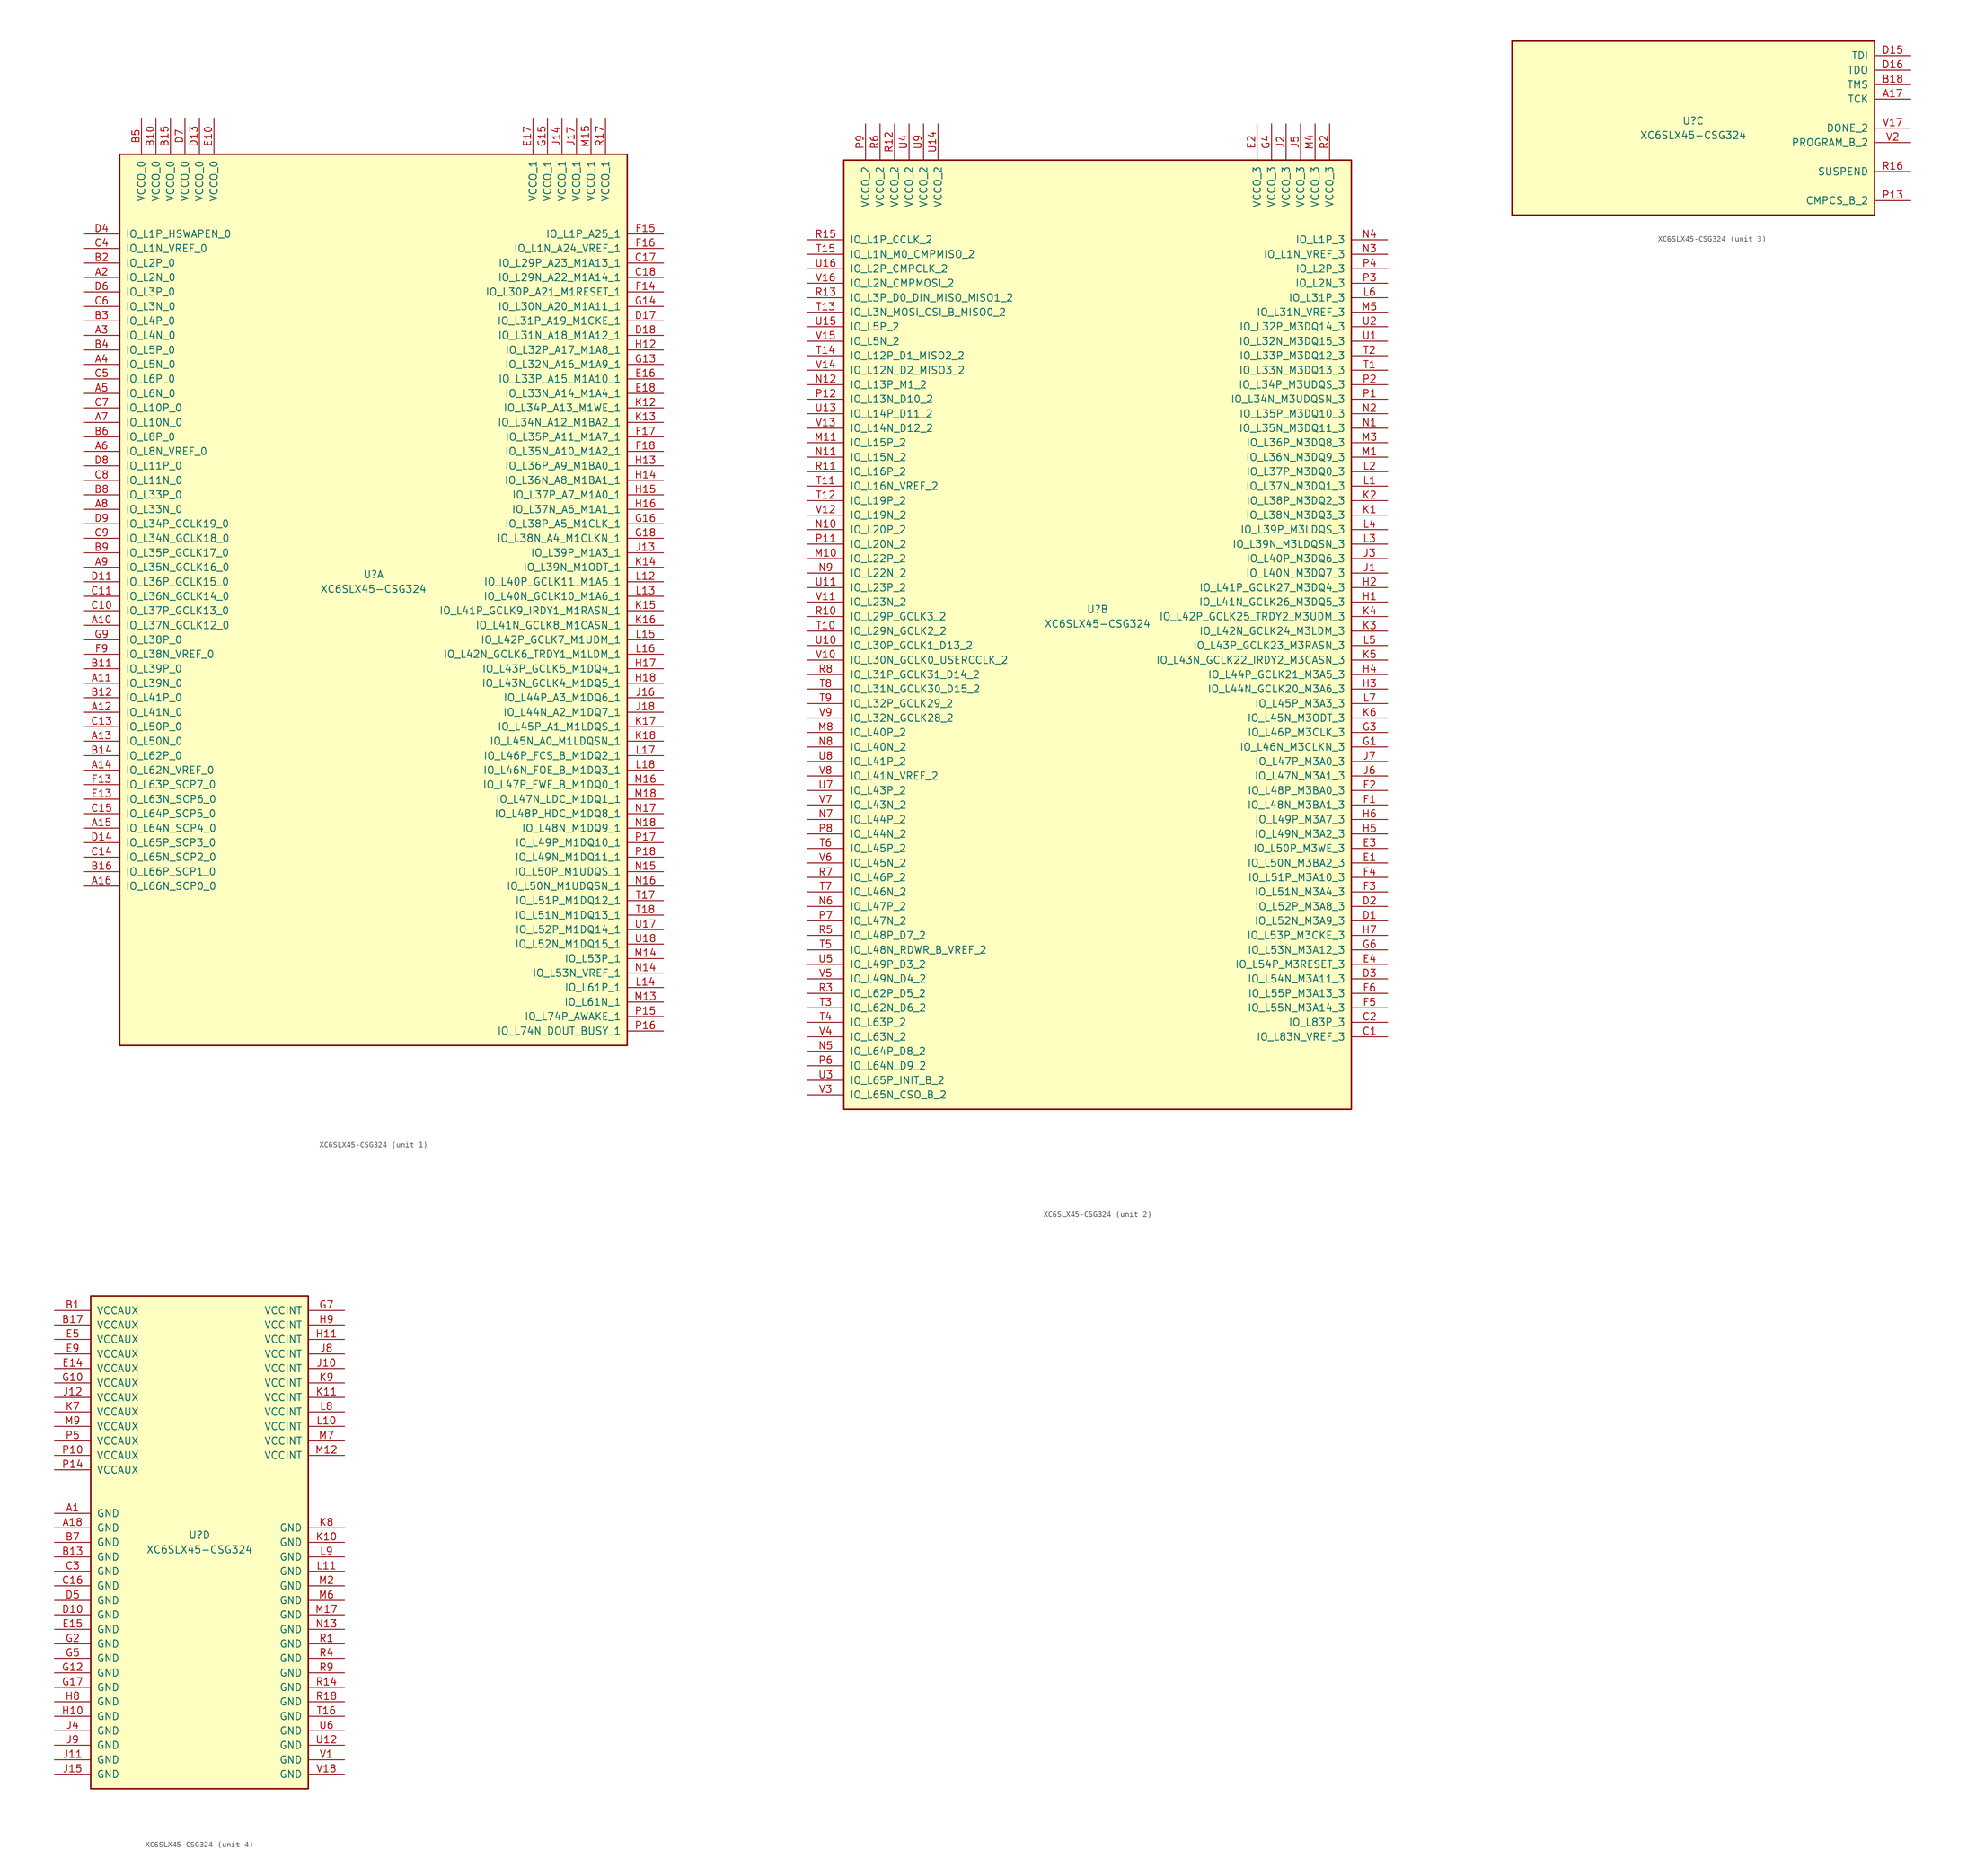
<source format=kicad_sym>
(kicad_symbol_lib
  (version 20201005)
  (generator kicad_symbol_editor)
  (symbol "XC6SLX45-CSG324"
    (pin_names
      (offset 1.016))
    (property "Reference" "U"
      (at 0 1.27 0)
      (effects (font (size 1.27 1.27))))
    (property "Value" "XC6SLX45-CSG324"
      (at 0 -1.27 0)
      (effects (font (size 1.27 1.27))))
    (property "Datasheet" ""
      (at 0 0 0)
      (effects (font (size 1.27 1.27))))
    (property "ki_locked" ""
      (at 0 0 0)
      (effects (font (size 1.27 1.27))))
    (symbol "XC6SLX45-CSG324_1_1"
      (rectangle (start -44.45 74.93) (end 44.45 -81.28) (stroke (width 0.254)) (fill (type background)))
      (pin bidirectional line (at -50.8 -7.62 0) (length 6.35) (name "IO_L37N_GCLK12_0" (effects (font (size 1.27 1.27)))) (number "A10" (effects (font (size 1.27 1.27)))))
      (pin bidirectional line (at -50.8 -17.78 0) (length 6.35) (name "IO_L39N_0" (effects (font (size 1.27 1.27)))) (number "A11" (effects (font (size 1.27 1.27)))))
      (pin bidirectional line (at -50.8 -22.86 0) (length 6.35) (name "IO_L41N_0" (effects (font (size 1.27 1.27)))) (number "A12" (effects (font (size 1.27 1.27)))))
      (pin bidirectional line (at -50.8 -27.94 0) (length 6.35) (name "IO_L50N_0" (effects (font (size 1.27 1.27)))) (number "A13" (effects (font (size 1.27 1.27)))))
      (pin bidirectional line (at -50.8 -33.02 0) (length 6.35) (name "IO_L62N_VREF_0" (effects (font (size 1.27 1.27)))) (number "A14" (effects (font (size 1.27 1.27)))))
      (pin bidirectional line (at -50.8 -43.18 0) (length 6.35) (name "IO_L64N_SCP4_0" (effects (font (size 1.27 1.27)))) (number "A15" (effects (font (size 1.27 1.27)))))
      (pin bidirectional line (at -50.8 -53.34 0) (length 6.35) (name "IO_L66N_SCP0_0" (effects (font (size 1.27 1.27)))) (number "A16" (effects (font (size 1.27 1.27)))))
      (pin bidirectional line (at -50.8 53.34 0) (length 6.35) (name "IO_L2N_0" (effects (font (size 1.27 1.27)))) (number "A2" (effects (font (size 1.27 1.27)))))
      (pin bidirectional line (at -50.8 43.18 0) (length 6.35) (name "IO_L4N_0" (effects (font (size 1.27 1.27)))) (number "A3" (effects (font (size 1.27 1.27)))))
      (pin bidirectional line (at -50.8 38.1 0) (length 6.35) (name "IO_L5N_0" (effects (font (size 1.27 1.27)))) (number "A4" (effects (font (size 1.27 1.27)))))
      (pin bidirectional line (at -50.8 33.02 0) (length 6.35) (name "IO_L6N_0" (effects (font (size 1.27 1.27)))) (number "A5" (effects (font (size 1.27 1.27)))))
      (pin bidirectional line (at -50.8 22.86 0) (length 6.35) (name "IO_L8N_VREF_0" (effects (font (size 1.27 1.27)))) (number "A6" (effects (font (size 1.27 1.27)))))
      (pin bidirectional line (at -50.8 27.94 0) (length 6.35) (name "IO_L10N_0" (effects (font (size 1.27 1.27)))) (number "A7" (effects (font (size 1.27 1.27)))))
      (pin bidirectional line (at -50.8 12.7 0) (length 6.35) (name "IO_L33N_0" (effects (font (size 1.27 1.27)))) (number "A8" (effects (font (size 1.27 1.27)))))
      (pin bidirectional line (at -50.8 2.54 0) (length 6.35) (name "IO_L35N_GCLK16_0" (effects (font (size 1.27 1.27)))) (number "A9" (effects (font (size 1.27 1.27)))))
      (pin power_in line (at -38.1 81.28 270) (length 6.35) (name "VCCO_0" (effects (font (size 1.27 1.27)))) (number "B10" (effects (font (size 1.27 1.27)))))
      (pin bidirectional line (at -50.8 -15.24 0) (length 6.35) (name "IO_L39P_0" (effects (font (size 1.27 1.27)))) (number "B11" (effects (font (size 1.27 1.27)))))
      (pin bidirectional line (at -50.8 -20.32 0) (length 6.35) (name "IO_L41P_0" (effects (font (size 1.27 1.27)))) (number "B12" (effects (font (size 1.27 1.27)))))
      (pin bidirectional line (at -50.8 -30.48 0) (length 6.35) (name "IO_L62P_0" (effects (font (size 1.27 1.27)))) (number "B14" (effects (font (size 1.27 1.27)))))
      (pin power_in line (at -35.56 81.28 270) (length 6.35) (name "VCCO_0" (effects (font (size 1.27 1.27)))) (number "B15" (effects (font (size 1.27 1.27)))))
      (pin bidirectional line (at -50.8 -50.8 0) (length 6.35) (name "IO_L66P_SCP1_0" (effects (font (size 1.27 1.27)))) (number "B16" (effects (font (size 1.27 1.27)))))
      (pin bidirectional line (at -50.8 55.88 0) (length 6.35) (name "IO_L2P_0" (effects (font (size 1.27 1.27)))) (number "B2" (effects (font (size 1.27 1.27)))))
      (pin bidirectional line (at -50.8 45.72 0) (length 6.35) (name "IO_L4P_0" (effects (font (size 1.27 1.27)))) (number "B3" (effects (font (size 1.27 1.27)))))
      (pin bidirectional line (at -50.8 40.64 0) (length 6.35) (name "IO_L5P_0" (effects (font (size 1.27 1.27)))) (number "B4" (effects (font (size 1.27 1.27)))))
      (pin power_in line (at -40.64 81.28 270) (length 6.35) (name "VCCO_0" (effects (font (size 1.27 1.27)))) (number "B5" (effects (font (size 1.27 1.27)))))
      (pin bidirectional line (at -50.8 25.4 0) (length 6.35) (name "IO_L8P_0" (effects (font (size 1.27 1.27)))) (number "B6" (effects (font (size 1.27 1.27)))))
      (pin bidirectional line (at -50.8 15.24 0) (length 6.35) (name "IO_L33P_0" (effects (font (size 1.27 1.27)))) (number "B8" (effects (font (size 1.27 1.27)))))
      (pin bidirectional line (at -50.8 5.08 0) (length 6.35) (name "IO_L35P_GCLK17_0" (effects (font (size 1.27 1.27)))) (number "B9" (effects (font (size 1.27 1.27)))))
      (pin bidirectional line (at -50.8 -5.08 0) (length 6.35) (name "IO_L37P_GCLK13_0" (effects (font (size 1.27 1.27)))) (number "C10" (effects (font (size 1.27 1.27)))))
      (pin bidirectional line (at -50.8 -2.54 0) (length 6.35) (name "IO_L36N_GCLK14_0" (effects (font (size 1.27 1.27)))) (number "C11" (effects (font (size 1.27 1.27)))))
      (pin bidirectional line (at -50.8 -25.4 0) (length 6.35) (name "IO_L50P_0" (effects (font (size 1.27 1.27)))) (number "C13" (effects (font (size 1.27 1.27)))))
      (pin bidirectional line (at -50.8 -48.26 0) (length 6.35) (name "IO_L65N_SCP2_0" (effects (font (size 1.27 1.27)))) (number "C14" (effects (font (size 1.27 1.27)))))
      (pin bidirectional line (at -50.8 -40.64 0) (length 6.35) (name "IO_L64P_SCP5_0" (effects (font (size 1.27 1.27)))) (number "C15" (effects (font (size 1.27 1.27)))))
      (pin bidirectional line (at 50.8 55.88 180) (length 6.35) (name "IO_L29P_A23_M1A13_1" (effects (font (size 1.27 1.27)))) (number "C17" (effects (font (size 1.27 1.27)))))
      (pin bidirectional line (at 50.8 53.34 180) (length 6.35) (name "IO_L29N_A22_M1A14_1" (effects (font (size 1.27 1.27)))) (number "C18" (effects (font (size 1.27 1.27)))))
      (pin bidirectional line (at -50.8 58.42 0) (length 6.35) (name "IO_L1N_VREF_0" (effects (font (size 1.27 1.27)))) (number "C4" (effects (font (size 1.27 1.27)))))
      (pin bidirectional line (at -50.8 35.56 0) (length 6.35) (name "IO_L6P_0" (effects (font (size 1.27 1.27)))) (number "C5" (effects (font (size 1.27 1.27)))))
      (pin bidirectional line (at -50.8 48.26 0) (length 6.35) (name "IO_L3N_0" (effects (font (size 1.27 1.27)))) (number "C6" (effects (font (size 1.27 1.27)))))
      (pin bidirectional line (at -50.8 30.48 0) (length 6.35) (name "IO_L10P_0" (effects (font (size 1.27 1.27)))) (number "C7" (effects (font (size 1.27 1.27)))))
      (pin bidirectional line (at -50.8 17.78 0) (length 6.35) (name "IO_L11N_0" (effects (font (size 1.27 1.27)))) (number "C8" (effects (font (size 1.27 1.27)))))
      (pin bidirectional line (at -50.8 7.62 0) (length 6.35) (name "IO_L34N_GCLK18_0" (effects (font (size 1.27 1.27)))) (number "C9" (effects (font (size 1.27 1.27)))))
      (pin bidirectional line (at -50.8 0 0) (length 6.35) (name "IO_L36P_GCLK15_0" (effects (font (size 1.27 1.27)))) (number "D11" (effects (font (size 1.27 1.27)))))
      (pin power_in line (at -30.48 81.28 270) (length 6.35) (name "VCCO_0" (effects (font (size 1.27 1.27)))) (number "D13" (effects (font (size 1.27 1.27)))))
      (pin bidirectional line (at -50.8 -45.72 0) (length 6.35) (name "IO_L65P_SCP3_0" (effects (font (size 1.27 1.27)))) (number "D14" (effects (font (size 1.27 1.27)))))
      (pin bidirectional line (at 50.8 45.72 180) (length 6.35) (name "IO_L31P_A19_M1CKE_1" (effects (font (size 1.27 1.27)))) (number "D17" (effects (font (size 1.27 1.27)))))
      (pin bidirectional line (at 50.8 43.18 180) (length 6.35) (name "IO_L31N_A18_M1A12_1" (effects (font (size 1.27 1.27)))) (number "D18" (effects (font (size 1.27 1.27)))))
      (pin bidirectional line (at -50.8 60.96 0) (length 6.35) (name "IO_L1P_HSWAPEN_0" (effects (font (size 1.27 1.27)))) (number "D4" (effects (font (size 1.27 1.27)))))
      (pin bidirectional line (at -50.8 50.8 0) (length 6.35) (name "IO_L3P_0" (effects (font (size 1.27 1.27)))) (number "D6" (effects (font (size 1.27 1.27)))))
      (pin power_in line (at -33.02 81.28 270) (length 6.35) (name "VCCO_0" (effects (font (size 1.27 1.27)))) (number "D7" (effects (font (size 1.27 1.27)))))
      (pin bidirectional line (at -50.8 20.32 0) (length 6.35) (name "IO_L11P_0" (effects (font (size 1.27 1.27)))) (number "D8" (effects (font (size 1.27 1.27)))))
      (pin bidirectional line (at -50.8 10.16 0) (length 6.35) (name "IO_L34P_GCLK19_0" (effects (font (size 1.27 1.27)))) (number "D9" (effects (font (size 1.27 1.27)))))
      (pin power_in line (at -27.94 81.28 270) (length 6.35) (name "VCCO_0" (effects (font (size 1.27 1.27)))) (number "E10" (effects (font (size 1.27 1.27)))))
      (pin bidirectional line (at -50.8 -38.1 0) (length 6.35) (name "IO_L63N_SCP6_0" (effects (font (size 1.27 1.27)))) (number "E13" (effects (font (size 1.27 1.27)))))
      (pin bidirectional line (at 50.8 35.56 180) (length 6.35) (name "IO_L33P_A15_M1A10_1" (effects (font (size 1.27 1.27)))) (number "E16" (effects (font (size 1.27 1.27)))))
      (pin power_in line (at 27.94 81.28 270) (length 6.35) (name "VCCO_1" (effects (font (size 1.27 1.27)))) (number "E17" (effects (font (size 1.27 1.27)))))
      (pin bidirectional line (at 50.8 33.02 180) (length 6.35) (name "IO_L33N_A14_M1A4_1" (effects (font (size 1.27 1.27)))) (number "E18" (effects (font (size 1.27 1.27)))))
      (pin bidirectional line (at -50.8 -35.56 0) (length 6.35) (name "IO_L63P_SCP7_0" (effects (font (size 1.27 1.27)))) (number "F13" (effects (font (size 1.27 1.27)))))
      (pin bidirectional line (at 50.8 50.8 180) (length 6.35) (name "IO_L30P_A21_M1RESET_1" (effects (font (size 1.27 1.27)))) (number "F14" (effects (font (size 1.27 1.27)))))
      (pin bidirectional line (at 50.8 60.96 180) (length 6.35) (name "IO_L1P_A25_1" (effects (font (size 1.27 1.27)))) (number "F15" (effects (font (size 1.27 1.27)))))
      (pin bidirectional line (at 50.8 58.42 180) (length 6.35) (name "IO_L1N_A24_VREF_1" (effects (font (size 1.27 1.27)))) (number "F16" (effects (font (size 1.27 1.27)))))
      (pin bidirectional line (at 50.8 25.4 180) (length 6.35) (name "IO_L35P_A11_M1A7_1" (effects (font (size 1.27 1.27)))) (number "F17" (effects (font (size 1.27 1.27)))))
      (pin bidirectional line (at 50.8 22.86 180) (length 6.35) (name "IO_L35N_A10_M1A2_1" (effects (font (size 1.27 1.27)))) (number "F18" (effects (font (size 1.27 1.27)))))
      (pin bidirectional line (at -50.8 -12.7 0) (length 6.35) (name "IO_L38N_VREF_0" (effects (font (size 1.27 1.27)))) (number "F9" (effects (font (size 1.27 1.27)))))
      (pin bidirectional line (at 50.8 38.1 180) (length 6.35) (name "IO_L32N_A16_M1A9_1" (effects (font (size 1.27 1.27)))) (number "G13" (effects (font (size 1.27 1.27)))))
      (pin bidirectional line (at 50.8 48.26 180) (length 6.35) (name "IO_L30N_A20_M1A11_1" (effects (font (size 1.27 1.27)))) (number "G14" (effects (font (size 1.27 1.27)))))
      (pin power_in line (at 30.48 81.28 270) (length 6.35) (name "VCCO_1" (effects (font (size 1.27 1.27)))) (number "G15" (effects (font (size 1.27 1.27)))))
      (pin bidirectional line (at 50.8 10.16 180) (length 6.35) (name "IO_L38P_A5_M1CLK_1" (effects (font (size 1.27 1.27)))) (number "G16" (effects (font (size 1.27 1.27)))))
      (pin bidirectional line (at 50.8 7.62 180) (length 6.35) (name "IO_L38N_A4_M1CLKN_1" (effects (font (size 1.27 1.27)))) (number "G18" (effects (font (size 1.27 1.27)))))
      (pin bidirectional line (at -50.8 -10.16 0) (length 6.35) (name "IO_L38P_0" (effects (font (size 1.27 1.27)))) (number "G9" (effects (font (size 1.27 1.27)))))
      (pin bidirectional line (at 50.8 40.64 180) (length 6.35) (name "IO_L32P_A17_M1A8_1" (effects (font (size 1.27 1.27)))) (number "H12" (effects (font (size 1.27 1.27)))))
      (pin bidirectional line (at 50.8 20.32 180) (length 6.35) (name "IO_L36P_A9_M1BA0_1" (effects (font (size 1.27 1.27)))) (number "H13" (effects (font (size 1.27 1.27)))))
      (pin bidirectional line (at 50.8 17.78 180) (length 6.35) (name "IO_L36N_A8_M1BA1_1" (effects (font (size 1.27 1.27)))) (number "H14" (effects (font (size 1.27 1.27)))))
      (pin bidirectional line (at 50.8 15.24 180) (length 6.35) (name "IO_L37P_A7_M1A0_1" (effects (font (size 1.27 1.27)))) (number "H15" (effects (font (size 1.27 1.27)))))
      (pin bidirectional line (at 50.8 12.7 180) (length 6.35) (name "IO_L37N_A6_M1A1_1" (effects (font (size 1.27 1.27)))) (number "H16" (effects (font (size 1.27 1.27)))))
      (pin bidirectional line (at 50.8 -15.24 180) (length 6.35) (name "IO_L43P_GCLK5_M1DQ4_1" (effects (font (size 1.27 1.27)))) (number "H17" (effects (font (size 1.27 1.27)))))
      (pin bidirectional line (at 50.8 -17.78 180) (length 6.35) (name "IO_L43N_GCLK4_M1DQ5_1" (effects (font (size 1.27 1.27)))) (number "H18" (effects (font (size 1.27 1.27)))))
      (pin bidirectional line (at 50.8 5.08 180) (length 6.35) (name "IO_L39P_M1A3_1" (effects (font (size 1.27 1.27)))) (number "J13" (effects (font (size 1.27 1.27)))))
      (pin power_in line (at 33.02 81.28 270) (length 6.35) (name "VCCO_1" (effects (font (size 1.27 1.27)))) (number "J14" (effects (font (size 1.27 1.27)))))
      (pin bidirectional line (at 50.8 -20.32 180) (length 6.35) (name "IO_L44P_A3_M1DQ6_1" (effects (font (size 1.27 1.27)))) (number "J16" (effects (font (size 1.27 1.27)))))
      (pin power_in line (at 35.56 81.28 270) (length 6.35) (name "VCCO_1" (effects (font (size 1.27 1.27)))) (number "J17" (effects (font (size 1.27 1.27)))))
      (pin bidirectional line (at 50.8 -22.86 180) (length 6.35) (name "IO_L44N_A2_M1DQ7_1" (effects (font (size 1.27 1.27)))) (number "J18" (effects (font (size 1.27 1.27)))))
      (pin bidirectional line (at 50.8 30.48 180) (length 6.35) (name "IO_L34P_A13_M1WE_1" (effects (font (size 1.27 1.27)))) (number "K12" (effects (font (size 1.27 1.27)))))
      (pin bidirectional line (at 50.8 27.94 180) (length 6.35) (name "IO_L34N_A12_M1BA2_1" (effects (font (size 1.27 1.27)))) (number "K13" (effects (font (size 1.27 1.27)))))
      (pin bidirectional line (at 50.8 2.54 180) (length 6.35) (name "IO_L39N_M1ODT_1" (effects (font (size 1.27 1.27)))) (number "K14" (effects (font (size 1.27 1.27)))))
      (pin bidirectional line (at 50.8 -5.08 180) (length 6.35) (name "IO_L41P_GCLK9_IRDY1_M1RASN_1" (effects (font (size 1.27 1.27)))) (number "K15" (effects (font (size 1.27 1.27)))))
      (pin bidirectional line (at 50.8 -7.62 180) (length 6.35) (name "IO_L41N_GCLK8_M1CASN_1" (effects (font (size 1.27 1.27)))) (number "K16" (effects (font (size 1.27 1.27)))))
      (pin bidirectional line (at 50.8 -25.4 180) (length 6.35) (name "IO_L45P_A1_M1LDQS_1" (effects (font (size 1.27 1.27)))) (number "K17" (effects (font (size 1.27 1.27)))))
      (pin bidirectional line (at 50.8 -27.94 180) (length 6.35) (name "IO_L45N_A0_M1LDQSN_1" (effects (font (size 1.27 1.27)))) (number "K18" (effects (font (size 1.27 1.27)))))
      (pin bidirectional line (at 50.8 0 180) (length 6.35) (name "IO_L40P_GCLK11_M1A5_1" (effects (font (size 1.27 1.27)))) (number "L12" (effects (font (size 1.27 1.27)))))
      (pin bidirectional line (at 50.8 -2.54 180) (length 6.35) (name "IO_L40N_GCLK10_M1A6_1" (effects (font (size 1.27 1.27)))) (number "L13" (effects (font (size 1.27 1.27)))))
      (pin bidirectional line (at 50.8 -71.12 180) (length 6.35) (name "IO_L61P_1" (effects (font (size 1.27 1.27)))) (number "L14" (effects (font (size 1.27 1.27)))))
      (pin bidirectional line (at 50.8 -10.16 180) (length 6.35) (name "IO_L42P_GCLK7_M1UDM_1" (effects (font (size 1.27 1.27)))) (number "L15" (effects (font (size 1.27 1.27)))))
      (pin bidirectional line (at 50.8 -12.7 180) (length 6.35) (name "IO_L42N_GCLK6_TRDY1_M1LDM_1" (effects (font (size 1.27 1.27)))) (number "L16" (effects (font (size 1.27 1.27)))))
      (pin bidirectional line (at 50.8 -30.48 180) (length 6.35) (name "IO_L46P_FCS_B_M1DQ2_1" (effects (font (size 1.27 1.27)))) (number "L17" (effects (font (size 1.27 1.27)))))
      (pin bidirectional line (at 50.8 -33.02 180) (length 6.35) (name "IO_L46N_FOE_B_M1DQ3_1" (effects (font (size 1.27 1.27)))) (number "L18" (effects (font (size 1.27 1.27)))))
      (pin bidirectional line (at 50.8 -73.66 180) (length 6.35) (name "IO_L61N_1" (effects (font (size 1.27 1.27)))) (number "M13" (effects (font (size 1.27 1.27)))))
      (pin bidirectional line (at 50.8 -66.04 180) (length 6.35) (name "IO_L53P_1" (effects (font (size 1.27 1.27)))) (number "M14" (effects (font (size 1.27 1.27)))))
      (pin power_in line (at 38.1 81.28 270) (length 6.35) (name "VCCO_1" (effects (font (size 1.27 1.27)))) (number "M15" (effects (font (size 1.27 1.27)))))
      (pin bidirectional line (at 50.8 -35.56 180) (length 6.35) (name "IO_L47P_FWE_B_M1DQ0_1" (effects (font (size 1.27 1.27)))) (number "M16" (effects (font (size 1.27 1.27)))))
      (pin bidirectional line (at 50.8 -38.1 180) (length 6.35) (name "IO_L47N_LDC_M1DQ1_1" (effects (font (size 1.27 1.27)))) (number "M18" (effects (font (size 1.27 1.27)))))
      (pin bidirectional line (at 50.8 -68.58 180) (length 6.35) (name "IO_L53N_VREF_1" (effects (font (size 1.27 1.27)))) (number "N14" (effects (font (size 1.27 1.27)))))
      (pin bidirectional line (at 50.8 -50.8 180) (length 6.35) (name "IO_L50P_M1UDQS_1" (effects (font (size 1.27 1.27)))) (number "N15" (effects (font (size 1.27 1.27)))))
      (pin bidirectional line (at 50.8 -53.34 180) (length 6.35) (name "IO_L50N_M1UDQSN_1" (effects (font (size 1.27 1.27)))) (number "N16" (effects (font (size 1.27 1.27)))))
      (pin bidirectional line (at 50.8 -40.64 180) (length 6.35) (name "IO_L48P_HDC_M1DQ8_1" (effects (font (size 1.27 1.27)))) (number "N17" (effects (font (size 1.27 1.27)))))
      (pin bidirectional line (at 50.8 -43.18 180) (length 6.35) (name "IO_L48N_M1DQ9_1" (effects (font (size 1.27 1.27)))) (number "N18" (effects (font (size 1.27 1.27)))))
      (pin bidirectional line (at 50.8 -76.2 180) (length 6.35) (name "IO_L74P_AWAKE_1" (effects (font (size 1.27 1.27)))) (number "P15" (effects (font (size 1.27 1.27)))))
      (pin bidirectional line (at 50.8 -78.74 180) (length 6.35) (name "IO_L74N_DOUT_BUSY_1" (effects (font (size 1.27 1.27)))) (number "P16" (effects (font (size 1.27 1.27)))))
      (pin bidirectional line (at 50.8 -45.72 180) (length 6.35) (name "IO_L49P_M1DQ10_1" (effects (font (size 1.27 1.27)))) (number "P17" (effects (font (size 1.27 1.27)))))
      (pin bidirectional line (at 50.8 -48.26 180) (length 6.35) (name "IO_L49N_M1DQ11_1" (effects (font (size 1.27 1.27)))) (number "P18" (effects (font (size 1.27 1.27)))))
      (pin power_in line (at 40.64 81.28 270) (length 6.35) (name "VCCO_1" (effects (font (size 1.27 1.27)))) (number "R17" (effects (font (size 1.27 1.27)))))
      (pin bidirectional line (at 50.8 -55.88 180) (length 6.35) (name "IO_L51P_M1DQ12_1" (effects (font (size 1.27 1.27)))) (number "T17" (effects (font (size 1.27 1.27)))))
      (pin bidirectional line (at 50.8 -58.42 180) (length 6.35) (name "IO_L51N_M1DQ13_1" (effects (font (size 1.27 1.27)))) (number "T18" (effects (font (size 1.27 1.27)))))
      (pin bidirectional line (at 50.8 -60.96 180) (length 6.35) (name "IO_L52P_M1DQ14_1" (effects (font (size 1.27 1.27)))) (number "U17" (effects (font (size 1.27 1.27)))))
      (pin bidirectional line (at 50.8 -63.5 180) (length 6.35) (name "IO_L52N_M1DQ15_1" (effects (font (size 1.27 1.27)))) (number "U18" (effects (font (size 1.27 1.27))))))
    (symbol "XC6SLX45-CSG324_2_1"
      (rectangle (start -44.45 80.01) (end 44.45 -86.36) (stroke (width 0.254)) (fill (type background)))
      (pin bidirectional line (at 50.8 -73.66 180) (length 6.35) (name "IO_L83N_VREF_3" (effects (font (size 1.27 1.27)))) (number "C1" (effects (font (size 1.27 1.27)))))
      (pin bidirectional line (at 50.8 -71.12 180) (length 6.35) (name "IO_L83P_3" (effects (font (size 1.27 1.27)))) (number "C2" (effects (font (size 1.27 1.27)))))
      (pin bidirectional line (at 50.8 -53.34 180) (length 6.35) (name "IO_L52N_M3A9_3" (effects (font (size 1.27 1.27)))) (number "D1" (effects (font (size 1.27 1.27)))))
      (pin bidirectional line (at 50.8 -50.8 180) (length 6.35) (name "IO_L52P_M3A8_3" (effects (font (size 1.27 1.27)))) (number "D2" (effects (font (size 1.27 1.27)))))
      (pin bidirectional line (at 50.8 -63.5 180) (length 6.35) (name "IO_L54N_M3A11_3" (effects (font (size 1.27 1.27)))) (number "D3" (effects (font (size 1.27 1.27)))))
      (pin bidirectional line (at 50.8 -43.18 180) (length 6.35) (name "IO_L50N_M3BA2_3" (effects (font (size 1.27 1.27)))) (number "E1" (effects (font (size 1.27 1.27)))))
      (pin power_in line (at 27.94 86.36 270) (length 6.35) (name "VCCO_3" (effects (font (size 1.27 1.27)))) (number "E2" (effects (font (size 1.27 1.27)))))
      (pin bidirectional line (at 50.8 -40.64 180) (length 6.35) (name "IO_L50P_M3WE_3" (effects (font (size 1.27 1.27)))) (number "E3" (effects (font (size 1.27 1.27)))))
      (pin bidirectional line (at 50.8 -60.96 180) (length 6.35) (name "IO_L54P_M3RESET_3" (effects (font (size 1.27 1.27)))) (number "E4" (effects (font (size 1.27 1.27)))))
      (pin bidirectional line (at 50.8 -33.02 180) (length 6.35) (name "IO_L48N_M3BA1_3" (effects (font (size 1.27 1.27)))) (number "F1" (effects (font (size 1.27 1.27)))))
      (pin bidirectional line (at 50.8 -30.48 180) (length 6.35) (name "IO_L48P_M3BA0_3" (effects (font (size 1.27 1.27)))) (number "F2" (effects (font (size 1.27 1.27)))))
      (pin bidirectional line (at 50.8 -48.26 180) (length 6.35) (name "IO_L51N_M3A4_3" (effects (font (size 1.27 1.27)))) (number "F3" (effects (font (size 1.27 1.27)))))
      (pin bidirectional line (at 50.8 -45.72 180) (length 6.35) (name "IO_L51P_M3A10_3" (effects (font (size 1.27 1.27)))) (number "F4" (effects (font (size 1.27 1.27)))))
      (pin bidirectional line (at 50.8 -68.58 180) (length 6.35) (name "IO_L55N_M3A14_3" (effects (font (size 1.27 1.27)))) (number "F5" (effects (font (size 1.27 1.27)))))
      (pin bidirectional line (at 50.8 -66.04 180) (length 6.35) (name "IO_L55P_M3A13_3" (effects (font (size 1.27 1.27)))) (number "F6" (effects (font (size 1.27 1.27)))))
      (pin bidirectional line (at 50.8 -22.86 180) (length 6.35) (name "IO_L46N_M3CLKN_3" (effects (font (size 1.27 1.27)))) (number "G1" (effects (font (size 1.27 1.27)))))
      (pin bidirectional line (at 50.8 -20.32 180) (length 6.35) (name "IO_L46P_M3CLK_3" (effects (font (size 1.27 1.27)))) (number "G3" (effects (font (size 1.27 1.27)))))
      (pin power_in line (at 30.48 86.36 270) (length 6.35) (name "VCCO_3" (effects (font (size 1.27 1.27)))) (number "G4" (effects (font (size 1.27 1.27)))))
      (pin bidirectional line (at 50.8 -58.42 180) (length 6.35) (name "IO_L53N_M3A12_3" (effects (font (size 1.27 1.27)))) (number "G6" (effects (font (size 1.27 1.27)))))
      (pin bidirectional line (at 50.8 2.54 180) (length 6.35) (name "IO_L41N_GCLK26_M3DQ5_3" (effects (font (size 1.27 1.27)))) (number "H1" (effects (font (size 1.27 1.27)))))
      (pin bidirectional line (at 50.8 5.08 180) (length 6.35) (name "IO_L41P_GCLK27_M3DQ4_3" (effects (font (size 1.27 1.27)))) (number "H2" (effects (font (size 1.27 1.27)))))
      (pin bidirectional line (at 50.8 -12.7 180) (length 6.35) (name "IO_L44N_GCLK20_M3A6_3" (effects (font (size 1.27 1.27)))) (number "H3" (effects (font (size 1.27 1.27)))))
      (pin bidirectional line (at 50.8 -10.16 180) (length 6.35) (name "IO_L44P_GCLK21_M3A5_3" (effects (font (size 1.27 1.27)))) (number "H4" (effects (font (size 1.27 1.27)))))
      (pin bidirectional line (at 50.8 -38.1 180) (length 6.35) (name "IO_L49N_M3A2_3" (effects (font (size 1.27 1.27)))) (number "H5" (effects (font (size 1.27 1.27)))))
      (pin bidirectional line (at 50.8 -35.56 180) (length 6.35) (name "IO_L49P_M3A7_3" (effects (font (size 1.27 1.27)))) (number "H6" (effects (font (size 1.27 1.27)))))
      (pin bidirectional line (at 50.8 -55.88 180) (length 6.35) (name "IO_L53P_M3CKE_3" (effects (font (size 1.27 1.27)))) (number "H7" (effects (font (size 1.27 1.27)))))
      (pin bidirectional line (at 50.8 7.62 180) (length 6.35) (name "IO_L40N_M3DQ7_3" (effects (font (size 1.27 1.27)))) (number "J1" (effects (font (size 1.27 1.27)))))
      (pin power_in line (at 33.02 86.36 270) (length 6.35) (name "VCCO_3" (effects (font (size 1.27 1.27)))) (number "J2" (effects (font (size 1.27 1.27)))))
      (pin bidirectional line (at 50.8 10.16 180) (length 6.35) (name "IO_L40P_M3DQ6_3" (effects (font (size 1.27 1.27)))) (number "J3" (effects (font (size 1.27 1.27)))))
      (pin power_in line (at 35.56 86.36 270) (length 6.35) (name "VCCO_3" (effects (font (size 1.27 1.27)))) (number "J5" (effects (font (size 1.27 1.27)))))
      (pin bidirectional line (at 50.8 -27.94 180) (length 6.35) (name "IO_L47N_M3A1_3" (effects (font (size 1.27 1.27)))) (number "J6" (effects (font (size 1.27 1.27)))))
      (pin bidirectional line (at 50.8 -25.4 180) (length 6.35) (name "IO_L47P_M3A0_3" (effects (font (size 1.27 1.27)))) (number "J7" (effects (font (size 1.27 1.27)))))
      (pin bidirectional line (at 50.8 17.78 180) (length 6.35) (name "IO_L38N_M3DQ3_3" (effects (font (size 1.27 1.27)))) (number "K1" (effects (font (size 1.27 1.27)))))
      (pin bidirectional line (at 50.8 20.32 180) (length 6.35) (name "IO_L38P_M3DQ2_3" (effects (font (size 1.27 1.27)))) (number "K2" (effects (font (size 1.27 1.27)))))
      (pin bidirectional line (at 50.8 -2.54 180) (length 6.35) (name "IO_L42N_GCLK24_M3LDM_3" (effects (font (size 1.27 1.27)))) (number "K3" (effects (font (size 1.27 1.27)))))
      (pin bidirectional line (at 50.8 0 180) (length 6.35) (name "IO_L42P_GCLK25_TRDY2_M3UDM_3" (effects (font (size 1.27 1.27)))) (number "K4" (effects (font (size 1.27 1.27)))))
      (pin bidirectional line (at 50.8 -7.62 180) (length 6.35) (name "IO_L43N_GCLK22_IRDY2_M3CASN_3" (effects (font (size 1.27 1.27)))) (number "K5" (effects (font (size 1.27 1.27)))))
      (pin bidirectional line (at 50.8 -17.78 180) (length 6.35) (name "IO_L45N_M3ODT_3" (effects (font (size 1.27 1.27)))) (number "K6" (effects (font (size 1.27 1.27)))))
      (pin bidirectional line (at 50.8 22.86 180) (length 6.35) (name "IO_L37N_M3DQ1_3" (effects (font (size 1.27 1.27)))) (number "L1" (effects (font (size 1.27 1.27)))))
      (pin bidirectional line (at 50.8 25.4 180) (length 6.35) (name "IO_L37P_M3DQ0_3" (effects (font (size 1.27 1.27)))) (number "L2" (effects (font (size 1.27 1.27)))))
      (pin bidirectional line (at 50.8 12.7 180) (length 6.35) (name "IO_L39N_M3LDQSN_3" (effects (font (size 1.27 1.27)))) (number "L3" (effects (font (size 1.27 1.27)))))
      (pin bidirectional line (at 50.8 15.24 180) (length 6.35) (name "IO_L39P_M3LDQS_3" (effects (font (size 1.27 1.27)))) (number "L4" (effects (font (size 1.27 1.27)))))
      (pin bidirectional line (at 50.8 -5.08 180) (length 6.35) (name "IO_L43P_GCLK23_M3RASN_3" (effects (font (size 1.27 1.27)))) (number "L5" (effects (font (size 1.27 1.27)))))
      (pin bidirectional line (at 50.8 55.88 180) (length 6.35) (name "IO_L31P_3" (effects (font (size 1.27 1.27)))) (number "L6" (effects (font (size 1.27 1.27)))))
      (pin bidirectional line (at 50.8 -15.24 180) (length 6.35) (name "IO_L45P_M3A3_3" (effects (font (size 1.27 1.27)))) (number "L7" (effects (font (size 1.27 1.27)))))
      (pin bidirectional line (at 50.8 27.94 180) (length 6.35) (name "IO_L36N_M3DQ9_3" (effects (font (size 1.27 1.27)))) (number "M1" (effects (font (size 1.27 1.27)))))
      (pin bidirectional line (at -50.8 10.16 0) (length 6.35) (name "IO_L22P_2" (effects (font (size 1.27 1.27)))) (number "M10" (effects (font (size 1.27 1.27)))))
      (pin bidirectional line (at -50.8 30.48 0) (length 6.35) (name "IO_L15P_2" (effects (font (size 1.27 1.27)))) (number "M11" (effects (font (size 1.27 1.27)))))
      (pin bidirectional line (at 50.8 30.48 180) (length 6.35) (name "IO_L36P_M3DQ8_3" (effects (font (size 1.27 1.27)))) (number "M3" (effects (font (size 1.27 1.27)))))
      (pin power_in line (at 38.1 86.36 270) (length 6.35) (name "VCCO_3" (effects (font (size 1.27 1.27)))) (number "M4" (effects (font (size 1.27 1.27)))))
      (pin bidirectional line (at 50.8 53.34 180) (length 6.35) (name "IO_L31N_VREF_3" (effects (font (size 1.27 1.27)))) (number "M5" (effects (font (size 1.27 1.27)))))
      (pin bidirectional line (at -50.8 -20.32 0) (length 6.35) (name "IO_L40P_2" (effects (font (size 1.27 1.27)))) (number "M8" (effects (font (size 1.27 1.27)))))
      (pin bidirectional line (at 50.8 33.02 180) (length 6.35) (name "IO_L35N_M3DQ11_3" (effects (font (size 1.27 1.27)))) (number "N1" (effects (font (size 1.27 1.27)))))
      (pin bidirectional line (at -50.8 15.24 0) (length 6.35) (name "IO_L20P_2" (effects (font (size 1.27 1.27)))) (number "N10" (effects (font (size 1.27 1.27)))))
      (pin bidirectional line (at -50.8 27.94 0) (length 6.35) (name "IO_L15N_2" (effects (font (size 1.27 1.27)))) (number "N11" (effects (font (size 1.27 1.27)))))
      (pin bidirectional line (at -50.8 40.64 0) (length 6.35) (name "IO_L13P_M1_2" (effects (font (size 1.27 1.27)))) (number "N12" (effects (font (size 1.27 1.27)))))
      (pin bidirectional line (at 50.8 35.56 180) (length 6.35) (name "IO_L35P_M3DQ10_3" (effects (font (size 1.27 1.27)))) (number "N2" (effects (font (size 1.27 1.27)))))
      (pin bidirectional line (at 50.8 63.5 180) (length 6.35) (name "IO_L1N_VREF_3" (effects (font (size 1.27 1.27)))) (number "N3" (effects (font (size 1.27 1.27)))))
      (pin bidirectional line (at 50.8 66.04 180) (length 6.35) (name "IO_L1P_3" (effects (font (size 1.27 1.27)))) (number "N4" (effects (font (size 1.27 1.27)))))
      (pin bidirectional line (at -50.8 -76.2 0) (length 6.35) (name "IO_L64P_D8_2" (effects (font (size 1.27 1.27)))) (number "N5" (effects (font (size 1.27 1.27)))))
      (pin bidirectional line (at -50.8 -50.8 0) (length 6.35) (name "IO_L47P_2" (effects (font (size 1.27 1.27)))) (number "N6" (effects (font (size 1.27 1.27)))))
      (pin bidirectional line (at -50.8 -35.56 0) (length 6.35) (name "IO_L44P_2" (effects (font (size 1.27 1.27)))) (number "N7" (effects (font (size 1.27 1.27)))))
      (pin bidirectional line (at -50.8 -22.86 0) (length 6.35) (name "IO_L40N_2" (effects (font (size 1.27 1.27)))) (number "N8" (effects (font (size 1.27 1.27)))))
      (pin bidirectional line (at -50.8 7.62 0) (length 6.35) (name "IO_L22N_2" (effects (font (size 1.27 1.27)))) (number "N9" (effects (font (size 1.27 1.27)))))
      (pin bidirectional line (at 50.8 38.1 180) (length 6.35) (name "IO_L34N_M3UDQSN_3" (effects (font (size 1.27 1.27)))) (number "P1" (effects (font (size 1.27 1.27)))))
      (pin bidirectional line (at -50.8 12.7 0) (length 6.35) (name "IO_L20N_2" (effects (font (size 1.27 1.27)))) (number "P11" (effects (font (size 1.27 1.27)))))
      (pin bidirectional line (at -50.8 38.1 0) (length 6.35) (name "IO_L13N_D10_2" (effects (font (size 1.27 1.27)))) (number "P12" (effects (font (size 1.27 1.27)))))
      (pin bidirectional line (at 50.8 40.64 180) (length 6.35) (name "IO_L34P_M3UDQS_3" (effects (font (size 1.27 1.27)))) (number "P2" (effects (font (size 1.27 1.27)))))
      (pin bidirectional line (at 50.8 58.42 180) (length 6.35) (name "IO_L2N_3" (effects (font (size 1.27 1.27)))) (number "P3" (effects (font (size 1.27 1.27)))))
      (pin bidirectional line (at 50.8 60.96 180) (length 6.35) (name "IO_L2P_3" (effects (font (size 1.27 1.27)))) (number "P4" (effects (font (size 1.27 1.27)))))
      (pin bidirectional line (at -50.8 -78.74 0) (length 6.35) (name "IO_L64N_D9_2" (effects (font (size 1.27 1.27)))) (number "P6" (effects (font (size 1.27 1.27)))))
      (pin bidirectional line (at -50.8 -53.34 0) (length 6.35) (name "IO_L47N_2" (effects (font (size 1.27 1.27)))) (number "P7" (effects (font (size 1.27 1.27)))))
      (pin bidirectional line (at -50.8 -38.1 0) (length 6.35) (name "IO_L44N_2" (effects (font (size 1.27 1.27)))) (number "P8" (effects (font (size 1.27 1.27)))))
      (pin power_in line (at -40.64 86.36 270) (length 6.35) (name "VCCO_2" (effects (font (size 1.27 1.27)))) (number "P9" (effects (font (size 1.27 1.27)))))
      (pin bidirectional line (at -50.8 0 0) (length 6.35) (name "IO_L29P_GCLK3_2" (effects (font (size 1.27 1.27)))) (number "R10" (effects (font (size 1.27 1.27)))))
      (pin bidirectional line (at -50.8 25.4 0) (length 6.35) (name "IO_L16P_2" (effects (font (size 1.27 1.27)))) (number "R11" (effects (font (size 1.27 1.27)))))
      (pin power_in line (at -35.56 86.36 270) (length 6.35) (name "VCCO_2" (effects (font (size 1.27 1.27)))) (number "R12" (effects (font (size 1.27 1.27)))))
      (pin bidirectional line (at -50.8 55.88 0) (length 6.35) (name "IO_L3P_D0_DIN_MISO_MISO1_2" (effects (font (size 1.27 1.27)))) (number "R13" (effects (font (size 1.27 1.27)))))
      (pin bidirectional line (at -50.8 66.04 0) (length 6.35) (name "IO_L1P_CCLK_2" (effects (font (size 1.27 1.27)))) (number "R15" (effects (font (size 1.27 1.27)))))
      (pin power_in line (at 40.64 86.36 270) (length 6.35) (name "VCCO_3" (effects (font (size 1.27 1.27)))) (number "R2" (effects (font (size 1.27 1.27)))))
      (pin bidirectional line (at -50.8 -66.04 0) (length 6.35) (name "IO_L62P_D5_2" (effects (font (size 1.27 1.27)))) (number "R3" (effects (font (size 1.27 1.27)))))
      (pin bidirectional line (at -50.8 -55.88 0) (length 6.35) (name "IO_L48P_D7_2" (effects (font (size 1.27 1.27)))) (number "R5" (effects (font (size 1.27 1.27)))))
      (pin power_in line (at -38.1 86.36 270) (length 6.35) (name "VCCO_2" (effects (font (size 1.27 1.27)))) (number "R6" (effects (font (size 1.27 1.27)))))
      (pin bidirectional line (at -50.8 -45.72 0) (length 6.35) (name "IO_L46P_2" (effects (font (size 1.27 1.27)))) (number "R7" (effects (font (size 1.27 1.27)))))
      (pin bidirectional line (at -50.8 -10.16 0) (length 6.35) (name "IO_L31P_GCLK31_D14_2" (effects (font (size 1.27 1.27)))) (number "R8" (effects (font (size 1.27 1.27)))))
      (pin bidirectional line (at 50.8 43.18 180) (length 6.35) (name "IO_L33N_M3DQ13_3" (effects (font (size 1.27 1.27)))) (number "T1" (effects (font (size 1.27 1.27)))))
      (pin bidirectional line (at -50.8 -2.54 0) (length 6.35) (name "IO_L29N_GCLK2_2" (effects (font (size 1.27 1.27)))) (number "T10" (effects (font (size 1.27 1.27)))))
      (pin bidirectional line (at -50.8 22.86 0) (length 6.35) (name "IO_L16N_VREF_2" (effects (font (size 1.27 1.27)))) (number "T11" (effects (font (size 1.27 1.27)))))
      (pin bidirectional line (at -50.8 20.32 0) (length 6.35) (name "IO_L19P_2" (effects (font (size 1.27 1.27)))) (number "T12" (effects (font (size 1.27 1.27)))))
      (pin bidirectional line (at -50.8 53.34 0) (length 6.35) (name "IO_L3N_MOSI_CSI_B_MISO0_2" (effects (font (size 1.27 1.27)))) (number "T13" (effects (font (size 1.27 1.27)))))
      (pin bidirectional line (at -50.8 45.72 0) (length 6.35) (name "IO_L12P_D1_MISO2_2" (effects (font (size 1.27 1.27)))) (number "T14" (effects (font (size 1.27 1.27)))))
      (pin bidirectional line (at -50.8 63.5 0) (length 6.35) (name "IO_L1N_M0_CMPMISO_2" (effects (font (size 1.27 1.27)))) (number "T15" (effects (font (size 1.27 1.27)))))
      (pin bidirectional line (at 50.8 45.72 180) (length 6.35) (name "IO_L33P_M3DQ12_3" (effects (font (size 1.27 1.27)))) (number "T2" (effects (font (size 1.27 1.27)))))
      (pin bidirectional line (at -50.8 -68.58 0) (length 6.35) (name "IO_L62N_D6_2" (effects (font (size 1.27 1.27)))) (number "T3" (effects (font (size 1.27 1.27)))))
      (pin bidirectional line (at -50.8 -71.12 0) (length 6.35) (name "IO_L63P_2" (effects (font (size 1.27 1.27)))) (number "T4" (effects (font (size 1.27 1.27)))))
      (pin bidirectional line (at -50.8 -58.42 0) (length 6.35) (name "IO_L48N_RDWR_B_VREF_2" (effects (font (size 1.27 1.27)))) (number "T5" (effects (font (size 1.27 1.27)))))
      (pin bidirectional line (at -50.8 -40.64 0) (length 6.35) (name "IO_L45P_2" (effects (font (size 1.27 1.27)))) (number "T6" (effects (font (size 1.27 1.27)))))
      (pin bidirectional line (at -50.8 -48.26 0) (length 6.35) (name "IO_L46N_2" (effects (font (size 1.27 1.27)))) (number "T7" (effects (font (size 1.27 1.27)))))
      (pin bidirectional line (at -50.8 -12.7 0) (length 6.35) (name "IO_L31N_GCLK30_D15_2" (effects (font (size 1.27 1.27)))) (number "T8" (effects (font (size 1.27 1.27)))))
      (pin bidirectional line (at -50.8 -15.24 0) (length 6.35) (name "IO_L32P_GCLK29_2" (effects (font (size 1.27 1.27)))) (number "T9" (effects (font (size 1.27 1.27)))))
      (pin bidirectional line (at 50.8 48.26 180) (length 6.35) (name "IO_L32N_M3DQ15_3" (effects (font (size 1.27 1.27)))) (number "U1" (effects (font (size 1.27 1.27)))))
      (pin bidirectional line (at -50.8 -5.08 0) (length 6.35) (name "IO_L30P_GCLK1_D13_2" (effects (font (size 1.27 1.27)))) (number "U10" (effects (font (size 1.27 1.27)))))
      (pin bidirectional line (at -50.8 5.08 0) (length 6.35) (name "IO_L23P_2" (effects (font (size 1.27 1.27)))) (number "U11" (effects (font (size 1.27 1.27)))))
      (pin bidirectional line (at -50.8 35.56 0) (length 6.35) (name "IO_L14P_D11_2" (effects (font (size 1.27 1.27)))) (number "U13" (effects (font (size 1.27 1.27)))))
      (pin power_in line (at -27.94 86.36 270) (length 6.35) (name "VCCO_2" (effects (font (size 1.27 1.27)))) (number "U14" (effects (font (size 1.27 1.27)))))
      (pin bidirectional line (at -50.8 50.8 0) (length 6.35) (name "IO_L5P_2" (effects (font (size 1.27 1.27)))) (number "U15" (effects (font (size 1.27 1.27)))))
      (pin bidirectional line (at -50.8 60.96 0) (length 6.35) (name "IO_L2P_CMPCLK_2" (effects (font (size 1.27 1.27)))) (number "U16" (effects (font (size 1.27 1.27)))))
      (pin bidirectional line (at 50.8 50.8 180) (length 6.35) (name "IO_L32P_M3DQ14_3" (effects (font (size 1.27 1.27)))) (number "U2" (effects (font (size 1.27 1.27)))))
      (pin bidirectional line (at -50.8 -81.28 0) (length 6.35) (name "IO_L65P_INIT_B_2" (effects (font (size 1.27 1.27)))) (number "U3" (effects (font (size 1.27 1.27)))))
      (pin power_in line (at -33.02 86.36 270) (length 6.35) (name "VCCO_2" (effects (font (size 1.27 1.27)))) (number "U4" (effects (font (size 1.27 1.27)))))
      (pin bidirectional line (at -50.8 -60.96 0) (length 6.35) (name "IO_L49P_D3_2" (effects (font (size 1.27 1.27)))) (number "U5" (effects (font (size 1.27 1.27)))))
      (pin bidirectional line (at -50.8 -30.48 0) (length 6.35) (name "IO_L43P_2" (effects (font (size 1.27 1.27)))) (number "U7" (effects (font (size 1.27 1.27)))))
      (pin bidirectional line (at -50.8 -25.4 0) (length 6.35) (name "IO_L41P_2" (effects (font (size 1.27 1.27)))) (number "U8" (effects (font (size 1.27 1.27)))))
      (pin power_in line (at -30.48 86.36 270) (length 6.35) (name "VCCO_2" (effects (font (size 1.27 1.27)))) (number "U9" (effects (font (size 1.27 1.27)))))
      (pin bidirectional line (at -50.8 -7.62 0) (length 6.35) (name "IO_L30N_GCLK0_USERCCLK_2" (effects (font (size 1.27 1.27)))) (number "V10" (effects (font (size 1.27 1.27)))))
      (pin bidirectional line (at -50.8 2.54 0) (length 6.35) (name "IO_L23N_2" (effects (font (size 1.27 1.27)))) (number "V11" (effects (font (size 1.27 1.27)))))
      (pin bidirectional line (at -50.8 17.78 0) (length 6.35) (name "IO_L19N_2" (effects (font (size 1.27 1.27)))) (number "V12" (effects (font (size 1.27 1.27)))))
      (pin bidirectional line (at -50.8 33.02 0) (length 6.35) (name "IO_L14N_D12_2" (effects (font (size 1.27 1.27)))) (number "V13" (effects (font (size 1.27 1.27)))))
      (pin bidirectional line (at -50.8 43.18 0) (length 6.35) (name "IO_L12N_D2_MISO3_2" (effects (font (size 1.27 1.27)))) (number "V14" (effects (font (size 1.27 1.27)))))
      (pin bidirectional line (at -50.8 48.26 0) (length 6.35) (name "IO_L5N_2" (effects (font (size 1.27 1.27)))) (number "V15" (effects (font (size 1.27 1.27)))))
      (pin bidirectional line (at -50.8 58.42 0) (length 6.35) (name "IO_L2N_CMPMOSI_2" (effects (font (size 1.27 1.27)))) (number "V16" (effects (font (size 1.27 1.27)))))
      (pin bidirectional line (at -50.8 -83.82 0) (length 6.35) (name "IO_L65N_CSO_B_2" (effects (font (size 1.27 1.27)))) (number "V3" (effects (font (size 1.27 1.27)))))
      (pin bidirectional line (at -50.8 -73.66 0) (length 6.35) (name "IO_L63N_2" (effects (font (size 1.27 1.27)))) (number "V4" (effects (font (size 1.27 1.27)))))
      (pin bidirectional line (at -50.8 -63.5 0) (length 6.35) (name "IO_L49N_D4_2" (effects (font (size 1.27 1.27)))) (number "V5" (effects (font (size 1.27 1.27)))))
      (pin bidirectional line (at -50.8 -43.18 0) (length 6.35) (name "IO_L45N_2" (effects (font (size 1.27 1.27)))) (number "V6" (effects (font (size 1.27 1.27)))))
      (pin bidirectional line (at -50.8 -33.02 0) (length 6.35) (name "IO_L43N_2" (effects (font (size 1.27 1.27)))) (number "V7" (effects (font (size 1.27 1.27)))))
      (pin bidirectional line (at -50.8 -27.94 0) (length 6.35) (name "IO_L41N_VREF_2" (effects (font (size 1.27 1.27)))) (number "V8" (effects (font (size 1.27 1.27)))))
      (pin bidirectional line (at -50.8 -17.78 0) (length 6.35) (name "IO_L32N_GCLK28_2" (effects (font (size 1.27 1.27)))) (number "V9" (effects (font (size 1.27 1.27))))))
    (symbol "XC6SLX45-CSG324_3_1"
      (rectangle (start -31.75 15.24) (end 31.75 -15.24) (stroke (width 0.254)) (fill (type background)))
      (pin bidirectional line (at 38.1 5.08 180) (length 6.35) (name "TCK" (effects (font (size 1.27 1.27)))) (number "A17" (effects (font (size 1.27 1.27)))))
      (pin bidirectional line (at 38.1 7.62 180) (length 6.35) (name "TMS" (effects (font (size 1.27 1.27)))) (number "B18" (effects (font (size 1.27 1.27)))))
      (pin bidirectional line (at 38.1 12.7 180) (length 6.35) (name "TDI" (effects (font (size 1.27 1.27)))) (number "D15" (effects (font (size 1.27 1.27)))))
      (pin bidirectional line (at 38.1 10.16 180) (length 6.35) (name "TDO" (effects (font (size 1.27 1.27)))) (number "D16" (effects (font (size 1.27 1.27)))))
      (pin bidirectional line (at 38.1 -12.7 180) (length 6.35) (name "CMPCS_B_2" (effects (font (size 1.27 1.27)))) (number "P13" (effects (font (size 1.27 1.27)))))
      (pin bidirectional line (at 38.1 -7.62 180) (length 6.35) (name "SUSPEND" (effects (font (size 1.27 1.27)))) (number "R16" (effects (font (size 1.27 1.27)))))
      (pin bidirectional line (at 38.1 0 180) (length 6.35) (name "DONE_2" (effects (font (size 1.27 1.27)))) (number "V17" (effects (font (size 1.27 1.27)))))
      (pin bidirectional line (at 38.1 -2.54 180) (length 6.35) (name "PROGRAM_B_2" (effects (font (size 1.27 1.27)))) (number "V2" (effects (font (size 1.27 1.27))))))
    (symbol "XC6SLX45-CSG324_4_1"
      (rectangle (start -19.05 43.18) (end 19.05 -43.18) (stroke (width 0.254)) (fill (type background)))
      (pin power_in line (at -25.4 5.08 0) (length 6.35) (name "GND" (effects (font (size 1.27 1.27)))) (number "A1" (effects (font (size 1.27 1.27)))))
      (pin power_in line (at -25.4 2.54 0) (length 6.35) (name "GND" (effects (font (size 1.27 1.27)))) (number "A18" (effects (font (size 1.27 1.27)))))
      (pin power_in line (at -25.4 40.64 0) (length 6.35) (name "VCCAUX" (effects (font (size 1.27 1.27)))) (number "B1" (effects (font (size 1.27 1.27)))))
      (pin power_in line (at -25.4 -2.54 0) (length 6.35) (name "GND" (effects (font (size 1.27 1.27)))) (number "B13" (effects (font (size 1.27 1.27)))))
      (pin power_in line (at -25.4 38.1 0) (length 6.35) (name "VCCAUX" (effects (font (size 1.27 1.27)))) (number "B17" (effects (font (size 1.27 1.27)))))
      (pin power_in line (at -25.4 0 0) (length 6.35) (name "GND" (effects (font (size 1.27 1.27)))) (number "B7" (effects (font (size 1.27 1.27)))))
      (pin power_in line (at -25.4 -7.62 0) (length 6.35) (name "GND" (effects (font (size 1.27 1.27)))) (number "C16" (effects (font (size 1.27 1.27)))))
      (pin power_in line (at -25.4 -5.08 0) (length 6.35) (name "GND" (effects (font (size 1.27 1.27)))) (number "C3" (effects (font (size 1.27 1.27)))))
      (pin power_in line (at -25.4 -12.7 0) (length 6.35) (name "GND" (effects (font (size 1.27 1.27)))) (number "D10" (effects (font (size 1.27 1.27)))))
      (pin power_in line (at -25.4 -10.16 0) (length 6.35) (name "GND" (effects (font (size 1.27 1.27)))) (number "D5" (effects (font (size 1.27 1.27)))))
      (pin power_in line (at -25.4 30.48 0) (length 6.35) (name "VCCAUX" (effects (font (size 1.27 1.27)))) (number "E14" (effects (font (size 1.27 1.27)))))
      (pin power_in line (at -25.4 -15.24 0) (length 6.35) (name "GND" (effects (font (size 1.27 1.27)))) (number "E15" (effects (font (size 1.27 1.27)))))
      (pin power_in line (at -25.4 35.56 0) (length 6.35) (name "VCCAUX" (effects (font (size 1.27 1.27)))) (number "E5" (effects (font (size 1.27 1.27)))))
      (pin power_in line (at -25.4 33.02 0) (length 6.35) (name "VCCAUX" (effects (font (size 1.27 1.27)))) (number "E9" (effects (font (size 1.27 1.27)))))
      (pin power_in line (at -25.4 27.94 0) (length 6.35) (name "VCCAUX" (effects (font (size 1.27 1.27)))) (number "G10" (effects (font (size 1.27 1.27)))))
      (pin power_in line (at -25.4 -22.86 0) (length 6.35) (name "GND" (effects (font (size 1.27 1.27)))) (number "G12" (effects (font (size 1.27 1.27)))))
      (pin power_in line (at -25.4 -25.4 0) (length 6.35) (name "GND" (effects (font (size 1.27 1.27)))) (number "G17" (effects (font (size 1.27 1.27)))))
      (pin power_in line (at -25.4 -17.78 0) (length 6.35) (name "GND" (effects (font (size 1.27 1.27)))) (number "G2" (effects (font (size 1.27 1.27)))))
      (pin power_in line (at -25.4 -20.32 0) (length 6.35) (name "GND" (effects (font (size 1.27 1.27)))) (number "G5" (effects (font (size 1.27 1.27)))))
      (pin power_in line (at 25.4 40.64 180) (length 6.35) (name "VCCINT" (effects (font (size 1.27 1.27)))) (number "G7" (effects (font (size 1.27 1.27)))))
      (pin power_in line (at -25.4 -30.48 0) (length 6.35) (name "GND" (effects (font (size 1.27 1.27)))) (number "H10" (effects (font (size 1.27 1.27)))))
      (pin power_in line (at 25.4 35.56 180) (length 6.35) (name "VCCINT" (effects (font (size 1.27 1.27)))) (number "H11" (effects (font (size 1.27 1.27)))))
      (pin power_in line (at -25.4 -27.94 0) (length 6.35) (name "GND" (effects (font (size 1.27 1.27)))) (number "H8" (effects (font (size 1.27 1.27)))))
      (pin power_in line (at 25.4 38.1 180) (length 6.35) (name "VCCINT" (effects (font (size 1.27 1.27)))) (number "H9" (effects (font (size 1.27 1.27)))))
      (pin power_in line (at 25.4 30.48 180) (length 6.35) (name "VCCINT" (effects (font (size 1.27 1.27)))) (number "J10" (effects (font (size 1.27 1.27)))))
      (pin power_in line (at -25.4 -38.1 0) (length 6.35) (name "GND" (effects (font (size 1.27 1.27)))) (number "J11" (effects (font (size 1.27 1.27)))))
      (pin power_in line (at -25.4 25.4 0) (length 6.35) (name "VCCAUX" (effects (font (size 1.27 1.27)))) (number "J12" (effects (font (size 1.27 1.27)))))
      (pin power_in line (at -25.4 -40.64 0) (length 6.35) (name "GND" (effects (font (size 1.27 1.27)))) (number "J15" (effects (font (size 1.27 1.27)))))
      (pin power_in line (at -25.4 -33.02 0) (length 6.35) (name "GND" (effects (font (size 1.27 1.27)))) (number "J4" (effects (font (size 1.27 1.27)))))
      (pin power_in line (at 25.4 33.02 180) (length 6.35) (name "VCCINT" (effects (font (size 1.27 1.27)))) (number "J8" (effects (font (size 1.27 1.27)))))
      (pin power_in line (at -25.4 -35.56 0) (length 6.35) (name "GND" (effects (font (size 1.27 1.27)))) (number "J9" (effects (font (size 1.27 1.27)))))
      (pin power_in line (at 25.4 0 180) (length 6.35) (name "GND" (effects (font (size 1.27 1.27)))) (number "K10" (effects (font (size 1.27 1.27)))))
      (pin power_in line (at 25.4 25.4 180) (length 6.35) (name "VCCINT" (effects (font (size 1.27 1.27)))) (number "K11" (effects (font (size 1.27 1.27)))))
      (pin power_in line (at -25.4 22.86 0) (length 6.35) (name "VCCAUX" (effects (font (size 1.27 1.27)))) (number "K7" (effects (font (size 1.27 1.27)))))
      (pin power_in line (at 25.4 2.54 180) (length 6.35) (name "GND" (effects (font (size 1.27 1.27)))) (number "K8" (effects (font (size 1.27 1.27)))))
      (pin power_in line (at 25.4 27.94 180) (length 6.35) (name "VCCINT" (effects (font (size 1.27 1.27)))) (number "K9" (effects (font (size 1.27 1.27)))))
      (pin power_in line (at 25.4 20.32 180) (length 6.35) (name "VCCINT" (effects (font (size 1.27 1.27)))) (number "L10" (effects (font (size 1.27 1.27)))))
      (pin power_in line (at 25.4 -5.08 180) (length 6.35) (name "GND" (effects (font (size 1.27 1.27)))) (number "L11" (effects (font (size 1.27 1.27)))))
      (pin power_in line (at 25.4 22.86 180) (length 6.35) (name "VCCINT" (effects (font (size 1.27 1.27)))) (number "L8" (effects (font (size 1.27 1.27)))))
      (pin power_in line (at 25.4 -2.54 180) (length 6.35) (name "GND" (effects (font (size 1.27 1.27)))) (number "L9" (effects (font (size 1.27 1.27)))))
      (pin power_in line (at 25.4 15.24 180) (length 6.35) (name "VCCINT" (effects (font (size 1.27 1.27)))) (number "M12" (effects (font (size 1.27 1.27)))))
      (pin power_in line (at 25.4 -12.7 180) (length 6.35) (name "GND" (effects (font (size 1.27 1.27)))) (number "M17" (effects (font (size 1.27 1.27)))))
      (pin power_in line (at 25.4 -7.62 180) (length 6.35) (name "GND" (effects (font (size 1.27 1.27)))) (number "M2" (effects (font (size 1.27 1.27)))))
      (pin power_in line (at 25.4 -10.16 180) (length 6.35) (name "GND" (effects (font (size 1.27 1.27)))) (number "M6" (effects (font (size 1.27 1.27)))))
      (pin power_in line (at 25.4 17.78 180) (length 6.35) (name "VCCINT" (effects (font (size 1.27 1.27)))) (number "M7" (effects (font (size 1.27 1.27)))))
      (pin power_in line (at -25.4 20.32 0) (length 6.35) (name "VCCAUX" (effects (font (size 1.27 1.27)))) (number "M9" (effects (font (size 1.27 1.27)))))
      (pin power_in line (at 25.4 -15.24 180) (length 6.35) (name "GND" (effects (font (size 1.27 1.27)))) (number "N13" (effects (font (size 1.27 1.27)))))
      (pin power_in line (at -25.4 15.24 0) (length 6.35) (name "VCCAUX" (effects (font (size 1.27 1.27)))) (number "P10" (effects (font (size 1.27 1.27)))))
      (pin power_in line (at -25.4 12.7 0) (length 6.35) (name "VCCAUX" (effects (font (size 1.27 1.27)))) (number "P14" (effects (font (size 1.27 1.27)))))
      (pin power_in line (at -25.4 17.78 0) (length 6.35) (name "VCCAUX" (effects (font (size 1.27 1.27)))) (number "P5" (effects (font (size 1.27 1.27)))))
      (pin power_in line (at 25.4 -17.78 180) (length 6.35) (name "GND" (effects (font (size 1.27 1.27)))) (number "R1" (effects (font (size 1.27 1.27)))))
      (pin power_in line (at 25.4 -25.4 180) (length 6.35) (name "GND" (effects (font (size 1.27 1.27)))) (number "R14" (effects (font (size 1.27 1.27)))))
      (pin power_in line (at 25.4 -27.94 180) (length 6.35) (name "GND" (effects (font (size 1.27 1.27)))) (number "R18" (effects (font (size 1.27 1.27)))))
      (pin power_in line (at 25.4 -20.32 180) (length 6.35) (name "GND" (effects (font (size 1.27 1.27)))) (number "R4" (effects (font (size 1.27 1.27)))))
      (pin power_in line (at 25.4 -22.86 180) (length 6.35) (name "GND" (effects (font (size 1.27 1.27)))) (number "R9" (effects (font (size 1.27 1.27)))))
      (pin power_in line (at 25.4 -30.48 180) (length 6.35) (name "GND" (effects (font (size 1.27 1.27)))) (number "T16" (effects (font (size 1.27 1.27)))))
      (pin power_in line (at 25.4 -35.56 180) (length 6.35) (name "GND" (effects (font (size 1.27 1.27)))) (number "U12" (effects (font (size 1.27 1.27)))))
      (pin power_in line (at 25.4 -33.02 180) (length 6.35) (name "GND" (effects (font (size 1.27 1.27)))) (number "U6" (effects (font (size 1.27 1.27)))))
      (pin power_in line (at 25.4 -38.1 180) (length 6.35) (name "GND" (effects (font (size 1.27 1.27)))) (number "V1" (effects (font (size 1.27 1.27)))))
      (pin power_in line (at 25.4 -40.64 180) (length 6.35) (name "GND" (effects (font (size 1.27 1.27)))) (number "V18" (effects (font (size 1.27 1.27))))))))
</source>
